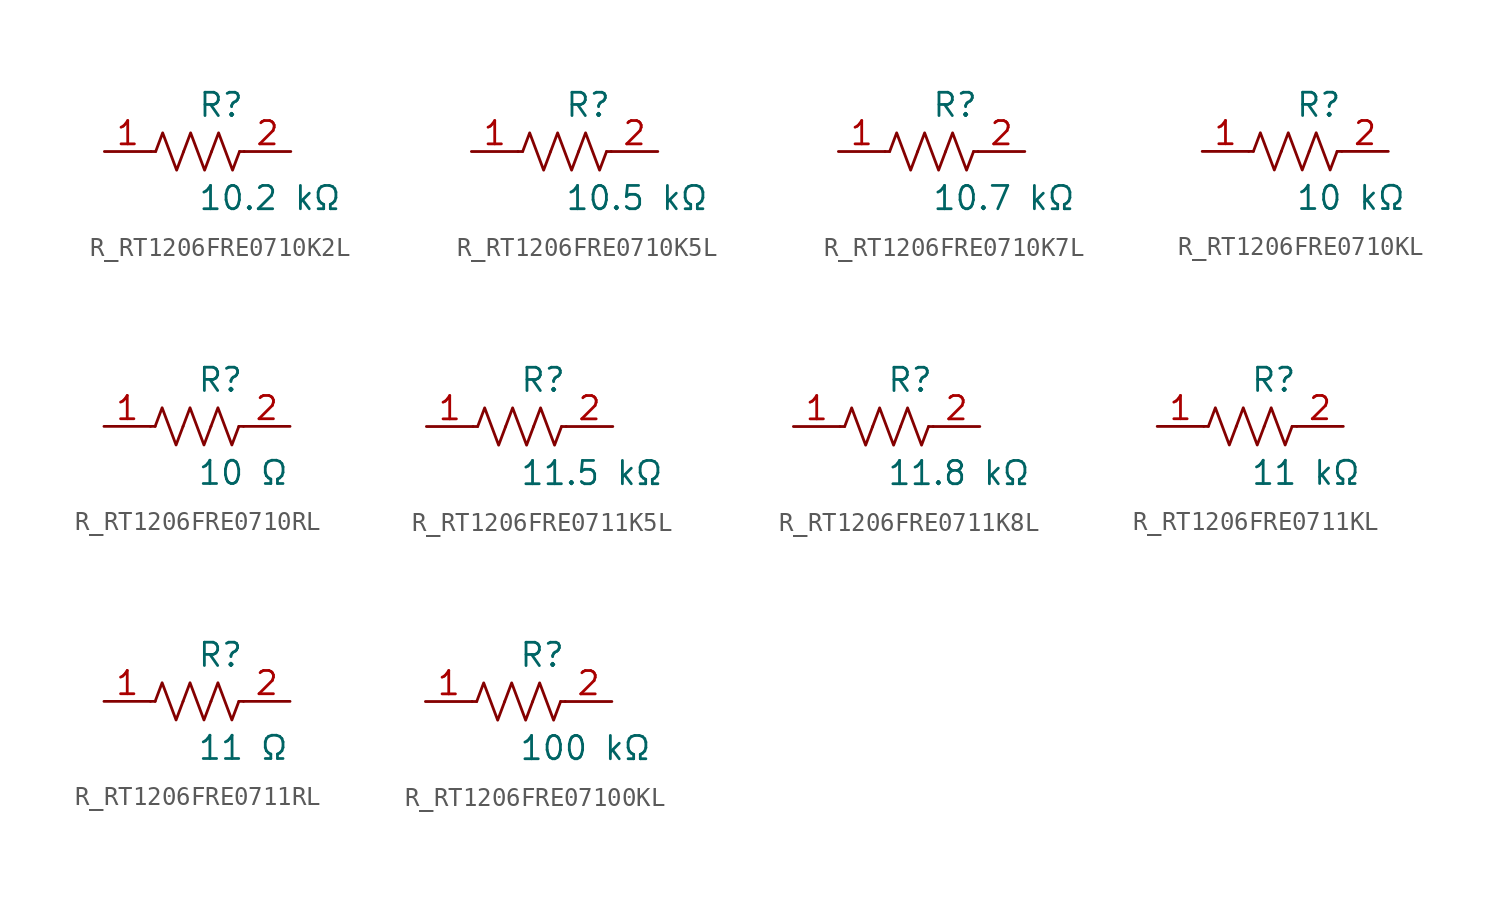
<source format=kicad_sym>
(kicad_symbol_lib
  (version 20231120)
  (generator kicad_symbol_editor)
  (generator_version 8.0)
  (symbol "R_RT1206FRE0710K2L"
    (pin_names
      (offset 0.254))
    (property "Reference" "R"
      (at 0 2.54 0)
      (effects (font (size 1.27 1.27)) (justify left)))
    (property "Value" "10.2 kΩ"
      (at 0 -2.54 0)
      (effects (font (size 1.27 1.27)) (justify left)))
    (symbol "R_RT1206FRE0710K2L_0_1"
      (polyline (pts (xy 2.286 0) (xy 2.54 0)) (stroke (width 0) (type default)) (fill (type none)))
      (polyline (pts (xy -2.286 0) (xy -2.54 0)) (stroke (width 0) (type default)) (fill (type none)))
      (polyline (pts (xy 0.762 0) (xy 1.143 1.016) (xy 1.524 0) (xy 1.905 -1.016) (xy 2.286 0)) (stroke (width 0) (type default)) (fill (type none)))
      (polyline (pts (xy -0.762 0) (xy -0.381 1.016) (xy 0 0) (xy 0.381 -1.016) (xy 0.762 0)) (stroke (width 0) (type default)) (fill (type none)))
      (polyline (pts (xy -2.286 0) (xy -1.905 1.016) (xy -1.524 0) (xy -1.143 -1.016) (xy -0.762 0)) (stroke (width 0) (type default)) (fill (type none))))
    (pin unspecified line
      (at -5.08 0 0)
      (length 2.54)
      (name "" (effects (font (size 1.27 1.27))))
      (number "1" (effects (font (size 1.27 1.27)))))
    (pin unspecified line
      (at 5.08 0 180)
      (length 2.54)
      (name "" (effects (font (size 1.27 1.27))))
      (number "2" (effects (font (size 1.27 1.27))))))
  (symbol "R_RT1206FRE0710K5L"
    (pin_names
      (offset 0.254))
    (property "Reference" "R"
      (at 0 2.54 0)
      (effects (font (size 1.27 1.27)) (justify left)))
    (property "Value" "10.5 kΩ"
      (at 0 -2.54 0)
      (effects (font (size 1.27 1.27)) (justify left)))
    (symbol "R_RT1206FRE0710K5L_0_1"
      (polyline (pts (xy 2.286 0) (xy 2.54 0)) (stroke (width 0) (type default)) (fill (type none)))
      (polyline (pts (xy -2.286 0) (xy -2.54 0)) (stroke (width 0) (type default)) (fill (type none)))
      (polyline (pts (xy 0.762 0) (xy 1.143 1.016) (xy 1.524 0) (xy 1.905 -1.016) (xy 2.286 0)) (stroke (width 0) (type default)) (fill (type none)))
      (polyline (pts (xy -0.762 0) (xy -0.381 1.016) (xy 0 0) (xy 0.381 -1.016) (xy 0.762 0)) (stroke (width 0) (type default)) (fill (type none)))
      (polyline (pts (xy -2.286 0) (xy -1.905 1.016) (xy -1.524 0) (xy -1.143 -1.016) (xy -0.762 0)) (stroke (width 0) (type default)) (fill (type none))))
    (pin unspecified line
      (at -5.08 0 0)
      (length 2.54)
      (name "" (effects (font (size 1.27 1.27))))
      (number "1" (effects (font (size 1.27 1.27)))))
    (pin unspecified line
      (at 5.08 0 180)
      (length 2.54)
      (name "" (effects (font (size 1.27 1.27))))
      (number "2" (effects (font (size 1.27 1.27))))))
  (symbol "R_RT1206FRE0710K7L"
    (pin_names
      (offset 0.254))
    (property "Reference" "R"
      (at 0 2.54 0)
      (effects (font (size 1.27 1.27)) (justify left)))
    (property "Value" "10.7 kΩ"
      (at 0 -2.54 0)
      (effects (font (size 1.27 1.27)) (justify left)))
    (symbol "R_RT1206FRE0710K7L_0_1"
      (polyline (pts (xy 2.286 0) (xy 2.54 0)) (stroke (width 0) (type default)) (fill (type none)))
      (polyline (pts (xy -2.286 0) (xy -2.54 0)) (stroke (width 0) (type default)) (fill (type none)))
      (polyline (pts (xy 0.762 0) (xy 1.143 1.016) (xy 1.524 0) (xy 1.905 -1.016) (xy 2.286 0)) (stroke (width 0) (type default)) (fill (type none)))
      (polyline (pts (xy -0.762 0) (xy -0.381 1.016) (xy 0 0) (xy 0.381 -1.016) (xy 0.762 0)) (stroke (width 0) (type default)) (fill (type none)))
      (polyline (pts (xy -2.286 0) (xy -1.905 1.016) (xy -1.524 0) (xy -1.143 -1.016) (xy -0.762 0)) (stroke (width 0) (type default)) (fill (type none))))
    (pin unspecified line
      (at -5.08 0 0)
      (length 2.54)
      (name "" (effects (font (size 1.27 1.27))))
      (number "1" (effects (font (size 1.27 1.27)))))
    (pin unspecified line
      (at 5.08 0 180)
      (length 2.54)
      (name "" (effects (font (size 1.27 1.27))))
      (number "2" (effects (font (size 1.27 1.27))))))
  (symbol "R_RT1206FRE0710KL"
    (pin_names
      (offset 0.254))
    (property "Reference" "R"
      (at 0 2.54 0)
      (effects (font (size 1.27 1.27)) (justify left)))
    (property "Value" "10 kΩ"
      (at 0 -2.54 0)
      (effects (font (size 1.27 1.27)) (justify left)))
    (symbol "R_RT1206FRE0710KL_0_1"
      (polyline (pts (xy 2.286 0) (xy 2.54 0)) (stroke (width 0) (type default)) (fill (type none)))
      (polyline (pts (xy -2.286 0) (xy -2.54 0)) (stroke (width 0) (type default)) (fill (type none)))
      (polyline (pts (xy 0.762 0) (xy 1.143 1.016) (xy 1.524 0) (xy 1.905 -1.016) (xy 2.286 0)) (stroke (width 0) (type default)) (fill (type none)))
      (polyline (pts (xy -0.762 0) (xy -0.381 1.016) (xy 0 0) (xy 0.381 -1.016) (xy 0.762 0)) (stroke (width 0) (type default)) (fill (type none)))
      (polyline (pts (xy -2.286 0) (xy -1.905 1.016) (xy -1.524 0) (xy -1.143 -1.016) (xy -0.762 0)) (stroke (width 0) (type default)) (fill (type none))))
    (pin unspecified line
      (at -5.08 0 0)
      (length 2.54)
      (name "" (effects (font (size 1.27 1.27))))
      (number "1" (effects (font (size 1.27 1.27)))))
    (pin unspecified line
      (at 5.08 0 180)
      (length 2.54)
      (name "" (effects (font (size 1.27 1.27))))
      (number "2" (effects (font (size 1.27 1.27))))))
  (symbol "R_RT1206FRE0710RL"
    (pin_names
      (offset 0.254))
    (property "Reference" "R"
      (at 0 2.54 0)
      (effects (font (size 1.27 1.27)) (justify left)))
    (property "Value" "10 Ω"
      (at 0 -2.54 0)
      (effects (font (size 1.27 1.27)) (justify left)))
    (symbol "R_RT1206FRE0710RL_0_1"
      (polyline (pts (xy 2.286 0) (xy 2.54 0)) (stroke (width 0) (type default)) (fill (type none)))
      (polyline (pts (xy -2.286 0) (xy -2.54 0)) (stroke (width 0) (type default)) (fill (type none)))
      (polyline (pts (xy 0.762 0) (xy 1.143 1.016) (xy 1.524 0) (xy 1.905 -1.016) (xy 2.286 0)) (stroke (width 0) (type default)) (fill (type none)))
      (polyline (pts (xy -0.762 0) (xy -0.381 1.016) (xy 0 0) (xy 0.381 -1.016) (xy 0.762 0)) (stroke (width 0) (type default)) (fill (type none)))
      (polyline (pts (xy -2.286 0) (xy -1.905 1.016) (xy -1.524 0) (xy -1.143 -1.016) (xy -0.762 0)) (stroke (width 0) (type default)) (fill (type none))))
    (pin unspecified line
      (at -5.08 0 0)
      (length 2.54)
      (name "" (effects (font (size 1.27 1.27))))
      (number "1" (effects (font (size 1.27 1.27)))))
    (pin unspecified line
      (at 5.08 0 180)
      (length 2.54)
      (name "" (effects (font (size 1.27 1.27))))
      (number "2" (effects (font (size 1.27 1.27))))))
  (symbol "R_RT1206FRE0711K5L"
    (pin_names
      (offset 0.254))
    (property "Reference" "R"
      (at 0 2.54 0)
      (effects (font (size 1.27 1.27)) (justify left)))
    (property "Value" "11.5 kΩ"
      (at 0 -2.54 0)
      (effects (font (size 1.27 1.27)) (justify left)))
    (symbol "R_RT1206FRE0711K5L_0_1"
      (polyline (pts (xy 2.286 0) (xy 2.54 0)) (stroke (width 0) (type default)) (fill (type none)))
      (polyline (pts (xy -2.286 0) (xy -2.54 0)) (stroke (width 0) (type default)) (fill (type none)))
      (polyline (pts (xy 0.762 0) (xy 1.143 1.016) (xy 1.524 0) (xy 1.905 -1.016) (xy 2.286 0)) (stroke (width 0) (type default)) (fill (type none)))
      (polyline (pts (xy -0.762 0) (xy -0.381 1.016) (xy 0 0) (xy 0.381 -1.016) (xy 0.762 0)) (stroke (width 0) (type default)) (fill (type none)))
      (polyline (pts (xy -2.286 0) (xy -1.905 1.016) (xy -1.524 0) (xy -1.143 -1.016) (xy -0.762 0)) (stroke (width 0) (type default)) (fill (type none))))
    (pin unspecified line
      (at -5.08 0 0)
      (length 2.54)
      (name "" (effects (font (size 1.27 1.27))))
      (number "1" (effects (font (size 1.27 1.27)))))
    (pin unspecified line
      (at 5.08 0 180)
      (length 2.54)
      (name "" (effects (font (size 1.27 1.27))))
      (number "2" (effects (font (size 1.27 1.27))))))
  (symbol "R_RT1206FRE0711K8L"
    (pin_names
      (offset 0.254))
    (property "Reference" "R"
      (at 0 2.54 0)
      (effects (font (size 1.27 1.27)) (justify left)))
    (property "Value" "11.8 kΩ"
      (at 0 -2.54 0)
      (effects (font (size 1.27 1.27)) (justify left)))
    (symbol "R_RT1206FRE0711K8L_0_1"
      (polyline (pts (xy 2.286 0) (xy 2.54 0)) (stroke (width 0) (type default)) (fill (type none)))
      (polyline (pts (xy -2.286 0) (xy -2.54 0)) (stroke (width 0) (type default)) (fill (type none)))
      (polyline (pts (xy 0.762 0) (xy 1.143 1.016) (xy 1.524 0) (xy 1.905 -1.016) (xy 2.286 0)) (stroke (width 0) (type default)) (fill (type none)))
      (polyline (pts (xy -0.762 0) (xy -0.381 1.016) (xy 0 0) (xy 0.381 -1.016) (xy 0.762 0)) (stroke (width 0) (type default)) (fill (type none)))
      (polyline (pts (xy -2.286 0) (xy -1.905 1.016) (xy -1.524 0) (xy -1.143 -1.016) (xy -0.762 0)) (stroke (width 0) (type default)) (fill (type none))))
    (pin unspecified line
      (at -5.08 0 0)
      (length 2.54)
      (name "" (effects (font (size 1.27 1.27))))
      (number "1" (effects (font (size 1.27 1.27)))))
    (pin unspecified line
      (at 5.08 0 180)
      (length 2.54)
      (name "" (effects (font (size 1.27 1.27))))
      (number "2" (effects (font (size 1.27 1.27))))))
  (symbol "R_RT1206FRE0711KL"
    (pin_names
      (offset 0.254))
    (property "Reference" "R"
      (at 0 2.54 0)
      (effects (font (size 1.27 1.27)) (justify left)))
    (property "Value" "11 kΩ"
      (at 0 -2.54 0)
      (effects (font (size 1.27 1.27)) (justify left)))
    (symbol "R_RT1206FRE0711KL_0_1"
      (polyline (pts (xy 2.286 0) (xy 2.54 0)) (stroke (width 0) (type default)) (fill (type none)))
      (polyline (pts (xy -2.286 0) (xy -2.54 0)) (stroke (width 0) (type default)) (fill (type none)))
      (polyline (pts (xy 0.762 0) (xy 1.143 1.016) (xy 1.524 0) (xy 1.905 -1.016) (xy 2.286 0)) (stroke (width 0) (type default)) (fill (type none)))
      (polyline (pts (xy -0.762 0) (xy -0.381 1.016) (xy 0 0) (xy 0.381 -1.016) (xy 0.762 0)) (stroke (width 0) (type default)) (fill (type none)))
      (polyline (pts (xy -2.286 0) (xy -1.905 1.016) (xy -1.524 0) (xy -1.143 -1.016) (xy -0.762 0)) (stroke (width 0) (type default)) (fill (type none))))
    (pin unspecified line
      (at -5.08 0 0)
      (length 2.54)
      (name "" (effects (font (size 1.27 1.27))))
      (number "1" (effects (font (size 1.27 1.27)))))
    (pin unspecified line
      (at 5.08 0 180)
      (length 2.54)
      (name "" (effects (font (size 1.27 1.27))))
      (number "2" (effects (font (size 1.27 1.27))))))
  (symbol "R_RT1206FRE0711RL"
    (pin_names
      (offset 0.254))
    (property "Reference" "R"
      (at 0 2.54 0)
      (effects (font (size 1.27 1.27)) (justify left)))
    (property "Value" "11 Ω"
      (at 0 -2.54 0)
      (effects (font (size 1.27 1.27)) (justify left)))
    (symbol "R_RT1206FRE0711RL_0_1"
      (polyline (pts (xy 2.286 0) (xy 2.54 0)) (stroke (width 0) (type default)) (fill (type none)))
      (polyline (pts (xy -2.286 0) (xy -2.54 0)) (stroke (width 0) (type default)) (fill (type none)))
      (polyline (pts (xy 0.762 0) (xy 1.143 1.016) (xy 1.524 0) (xy 1.905 -1.016) (xy 2.286 0)) (stroke (width 0) (type default)) (fill (type none)))
      (polyline (pts (xy -0.762 0) (xy -0.381 1.016) (xy 0 0) (xy 0.381 -1.016) (xy 0.762 0)) (stroke (width 0) (type default)) (fill (type none)))
      (polyline (pts (xy -2.286 0) (xy -1.905 1.016) (xy -1.524 0) (xy -1.143 -1.016) (xy -0.762 0)) (stroke (width 0) (type default)) (fill (type none))))
    (pin unspecified line
      (at -5.08 0 0)
      (length 2.54)
      (name "" (effects (font (size 1.27 1.27))))
      (number "1" (effects (font (size 1.27 1.27)))))
    (pin unspecified line
      (at 5.08 0 180)
      (length 2.54)
      (name "" (effects (font (size 1.27 1.27))))
      (number "2" (effects (font (size 1.27 1.27))))))
  (symbol "R_RT1206FRE07100KL"
    (pin_names
      (offset 0.254))
    (property "Reference" "R"
      (at 0 2.54 0)
      (effects (font (size 1.27 1.27)) (justify left)))
    (property "Value" "100 kΩ"
      (at 0 -2.54 0)
      (effects (font (size 1.27 1.27)) (justify left)))
    (symbol "R_RT1206FRE07100KL_0_1"
      (polyline (pts (xy 2.286 0) (xy 2.54 0)) (stroke (width 0) (type default)) (fill (type none)))
      (polyline (pts (xy -2.286 0) (xy -2.54 0)) (stroke (width 0) (type default)) (fill (type none)))
      (polyline (pts (xy 0.762 0) (xy 1.143 1.016) (xy 1.524 0) (xy 1.905 -1.016) (xy 2.286 0)) (stroke (width 0) (type default)) (fill (type none)))
      (polyline (pts (xy -0.762 0) (xy -0.381 1.016) (xy 0 0) (xy 0.381 -1.016) (xy 0.762 0)) (stroke (width 0) (type default)) (fill (type none)))
      (polyline (pts (xy -2.286 0) (xy -1.905 1.016) (xy -1.524 0) (xy -1.143 -1.016) (xy -0.762 0)) (stroke (width 0) (type default)) (fill (type none))))
    (pin unspecified line
      (at -5.08 0 0)
      (length 2.54)
      (name "" (effects (font (size 1.27 1.27))))
      (number "1" (effects (font (size 1.27 1.27)))))
    (pin unspecified line
      (at 5.08 0 180)
      (length 2.54)
      (name "" (effects (font (size 1.27 1.27))))
      (number "2" (effects (font (size 1.27 1.27)))))))
</source>
